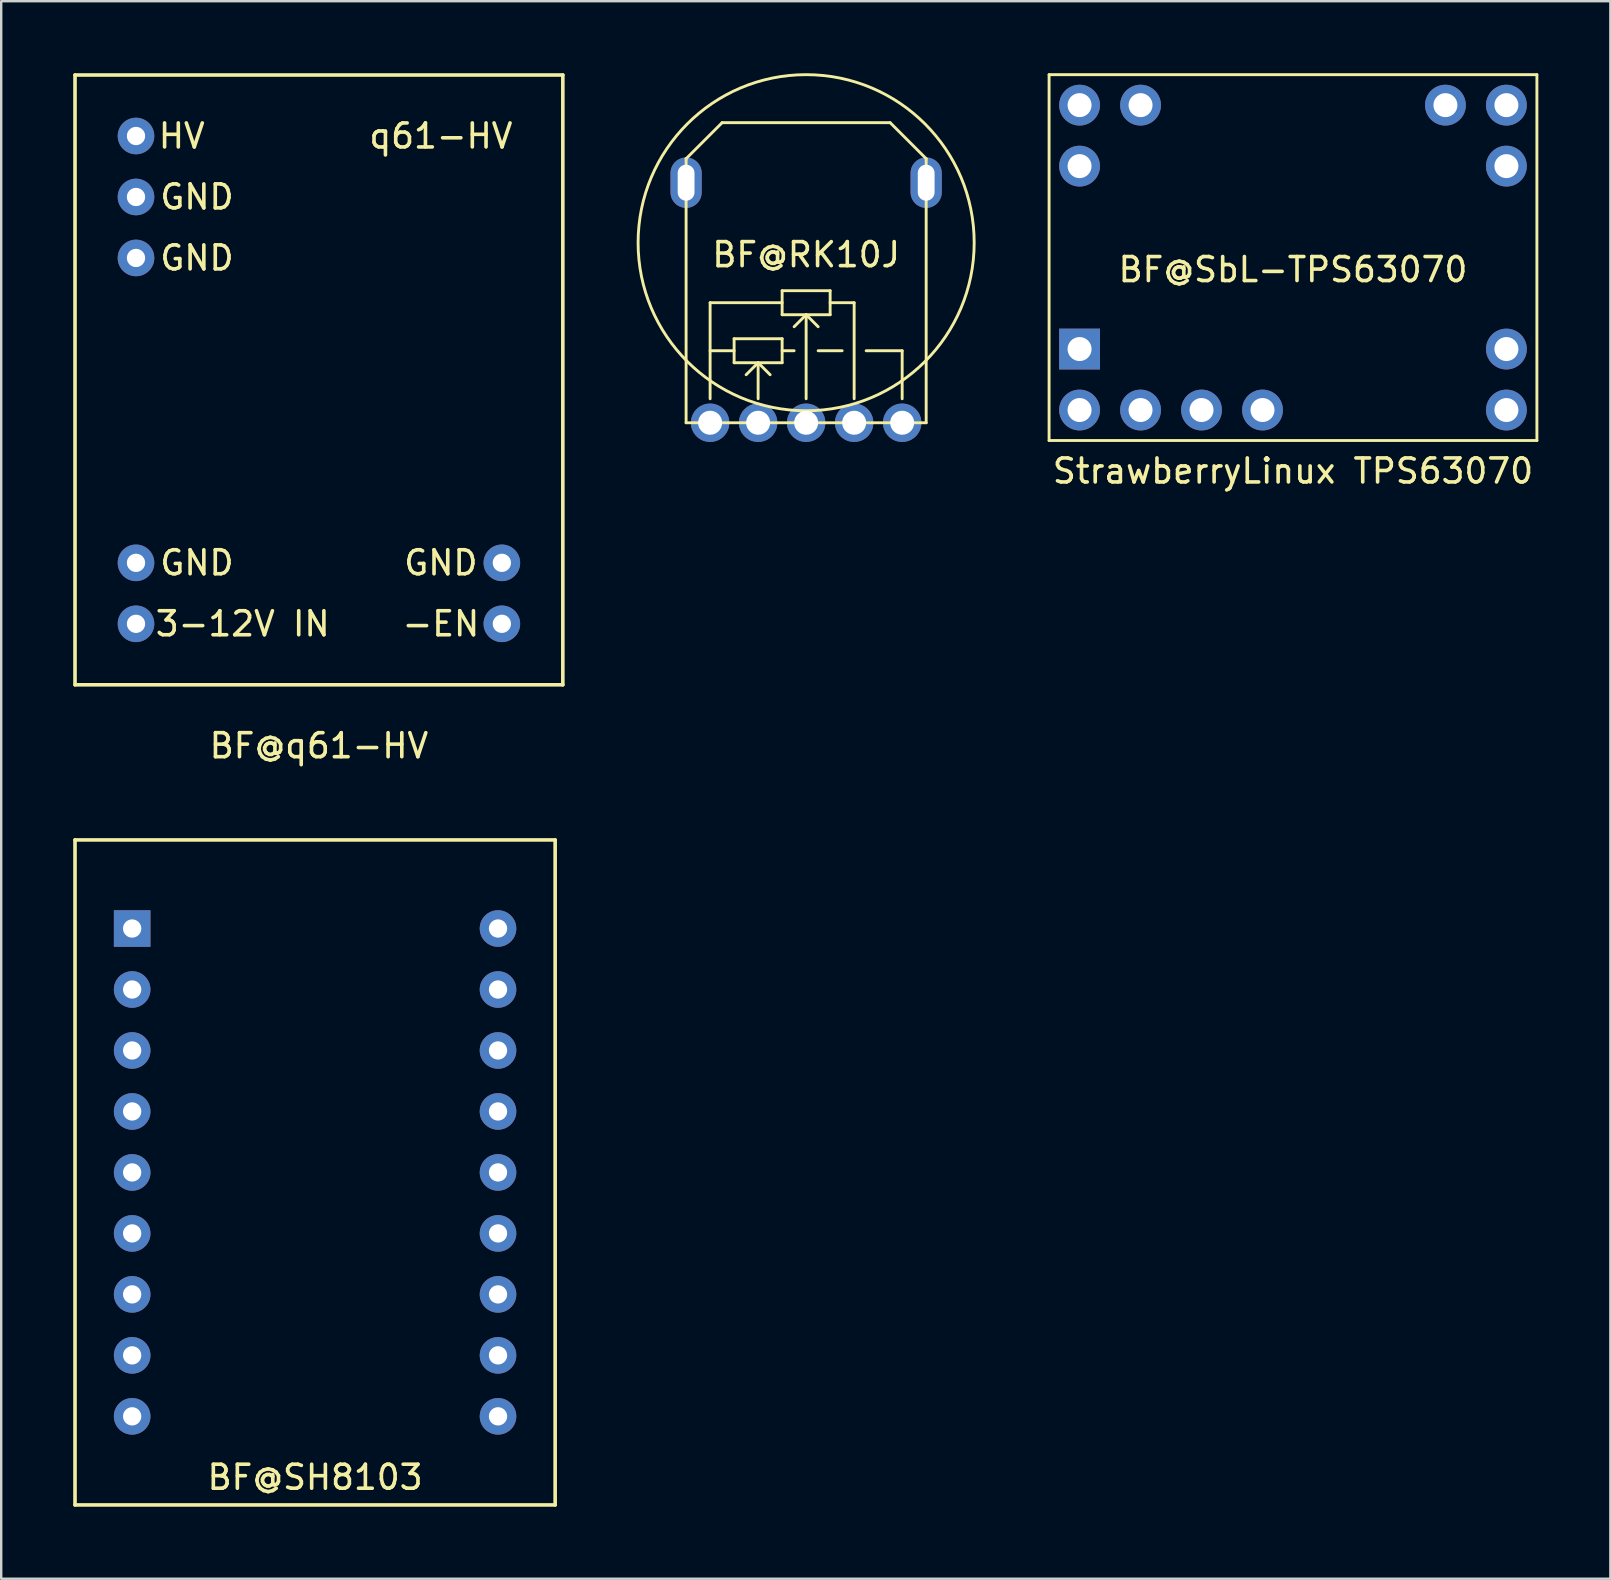
<source format=kicad_pcb>
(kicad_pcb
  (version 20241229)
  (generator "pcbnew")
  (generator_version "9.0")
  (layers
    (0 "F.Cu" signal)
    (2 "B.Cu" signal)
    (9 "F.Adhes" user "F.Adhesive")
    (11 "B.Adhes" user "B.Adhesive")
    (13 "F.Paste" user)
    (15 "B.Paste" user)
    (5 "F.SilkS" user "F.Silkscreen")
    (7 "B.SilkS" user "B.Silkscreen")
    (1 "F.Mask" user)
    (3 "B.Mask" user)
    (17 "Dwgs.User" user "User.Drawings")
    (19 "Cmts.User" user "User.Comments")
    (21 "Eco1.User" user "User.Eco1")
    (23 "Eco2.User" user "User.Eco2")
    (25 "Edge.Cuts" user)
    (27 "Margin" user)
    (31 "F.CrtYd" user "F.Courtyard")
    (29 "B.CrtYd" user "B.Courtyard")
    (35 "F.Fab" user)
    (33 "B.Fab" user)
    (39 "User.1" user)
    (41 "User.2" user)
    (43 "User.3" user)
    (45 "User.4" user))
  (footprint "BF@RK10J"
    (layer "F.Cu")
    (at 30.53 7.06)
    (property "Reference" "BF@RK10J" (at 0 0.5 0) (layer "F.SilkS") (effects (font (size 1 1) (thickness 0.15))))
    (attr through_hole)
    (fp_line (start -5 -3.5) (end -3.5 -5) (stroke (width 0.12) (type solid)) (layer "F.SilkS"))
    (fp_line (start -5 7.5) (end -5 -3.5) (stroke (width 0.12) (type solid)) (layer "F.SilkS"))
    (fp_line (start -4 2.5) (end -4 6.5) (stroke (width 0.12) (type solid)) (layer "F.SilkS"))
    (fp_line (start -3.5 -5) (end 3.5 -5) (stroke (width 0.12) (type solid)) (layer "F.SilkS"))
    (fp_line (start -3 4) (end -1 4) (stroke (width 0.12) (type solid)) (layer "F.SilkS"))
    (fp_line (start -3 4.5) (end -4 4.5) (stroke (width 0.12) (type solid)) (layer "F.SilkS"))
    (fp_line (start -3 5) (end -3 4) (stroke (width 0.12) (type solid)) (layer "F.SilkS"))
    (fp_line (start -2 5) (end -2.5 5.5) (stroke (width 0.12) (type solid)) (layer "F.SilkS"))
    (fp_line (start -2 5) (end -2 6.5) (stroke (width 0.12) (type solid)) (layer "F.SilkS"))
    (fp_line (start -2 5) (end -1.5 5.5) (stroke (width 0.12) (type solid)) (layer "F.SilkS"))
    (fp_line (start -1 2) (end -1 3) (stroke (width 0.12) (type solid)) (layer "F.SilkS"))
    (fp_line (start -1 2) (end 1 2) (stroke (width 0.12) (type solid)) (layer "F.SilkS"))
    (fp_line (start -1 2.5) (end -4 2.5) (stroke (width 0.12) (type solid)) (layer "F.SilkS"))
    (fp_line (start -1 4) (end -1 5) (stroke (width 0.12) (type solid)) (layer "F.SilkS"))
    (fp_line (start -1 4.5) (end -0.5 4.5) (stroke (width 0.12) (type solid)) (layer "F.SilkS"))
    (fp_line (start -1 5) (end -3 5) (stroke (width 0.12) (type solid)) (layer "F.SilkS"))
    (fp_line (start 0 3) (end -0.5 3.5) (stroke (width 0.12) (type solid)) (layer "F.SilkS"))
    (fp_line (start 0 3) (end 0 6.5) (stroke (width 0.12) (type solid)) (layer "F.SilkS"))
    (fp_line (start 0 3) (end 0.5 3.5) (stroke (width 0.12) (type solid)) (layer "F.SilkS"))
    (fp_line (start 0.5 4.5) (end 1.5 4.5) (stroke (width 0.12) (type solid)) (layer "F.SilkS"))
    (fp_line (start 1 2) (end 1 3) (stroke (width 0.12) (type solid)) (layer "F.SilkS"))
    (fp_line (start 1 2.5) (end 2 2.5) (stroke (width 0.12) (type solid)) (layer "F.SilkS"))
    (fp_line (start 1 3) (end -1 3) (stroke (width 0.12) (type solid)) (layer "F.SilkS"))
    (fp_line (start 2 2.5) (end 2 6.5) (stroke (width 0.12) (type solid)) (layer "F.SilkS"))
    (fp_line (start 2.5 4.5) (end 4 4.5) (stroke (width 0.12) (type solid)) (layer "F.SilkS"))
    (fp_line (start 4 4.5) (end 4 6.5) (stroke (width 0.12) (type solid)) (layer "F.SilkS"))
    (fp_line (start 5 -3.5) (end 3.5 -5) (stroke (width 0.12) (type solid)) (layer "F.SilkS"))
    (fp_line (start 5 -3.5) (end 5 7.5) (stroke (width 0.12) (type solid)) (layer "F.SilkS"))
    (fp_line (start 5 7.5) (end -5 7.5) (stroke (width 0.12) (type solid)) (layer "F.SilkS"))
    (fp_circle (center 0 0) (end 0 -7) (stroke (width 0.12) (type solid)) (fill no) (layer "F.SilkS"))
    (pad "1" thru_hole circle (at -4 7.5) (size 1.6 1.6) (drill 1) (layers "*.Cu" "*.Mask"))
    (pad "2" thru_hole circle (at -2 7.5) (size 1.6 1.6) (drill 1) (layers "*.Cu" "*.Mask"))
    (pad "3" thru_hole circle (at 0 7.5) (size 1.6 1.6) (drill 1) (layers "*.Cu" "*.Mask"))
    (pad "4" thru_hole circle (at 2 7.5) (size 1.6 1.6) (drill 1) (layers "*.Cu" "*.Mask"))
    (pad "5" thru_hole circle (at 4 7.5) (size 1.6 1.6) (drill 1) (layers "*.Cu" "*.Mask"))
    (pad "6" thru_hole oval (at -5 -2.5) (size 1.3 2.1) (drill oval 0.7 1.5) (layers "*.Cu" "*.Mask"))
    (pad "6" thru_hole oval (at 5 -2.5) (size 1.3 2.1) (drill oval 0.7 1.5) (layers "*.Cu" "*.Mask")))
  (footprint "BF@q61-HV"
    (layer "F.Cu")
    (at 10.235 12.775)
    (property "Reference" "BF@q61-HV" (at 0 15.24 0) (layer "F.SilkS") (effects (font (size 1 1) (thickness 0.15))))
    (attr through_hole)
    (fp_line (start -10.16 -12.7) (end 10.16 -12.7) (stroke (width 0.15) (type solid)) (layer "F.SilkS"))
    (fp_line (start -10.16 12.7) (end -10.16 -12.7) (stroke (width 0.15) (type solid)) (layer "F.SilkS"))
    (fp_line (start 10.16 -12.7) (end 10.16 12.7) (stroke (width 0.15) (type solid)) (layer "F.SilkS"))
    (fp_line (start 10.16 12.7) (end -10.16 12.7) (stroke (width 0.15) (type solid)) (layer "F.SilkS"))
    (fp_text user "GND" (at -5.08 7.62 0) (layer "F.SilkS") (effects (font (size 1 1) (thickness 0.15))))
    (fp_text user "GND" (at -5.08 -5.08 0) (layer "F.SilkS") (effects (font (size 1 1) (thickness 0.15))))
    (fp_text user "GND" (at 5.08 7.62 0) (layer "F.SilkS") (effects (font (size 1 1) (thickness 0.15))))
    (fp_text user "HV" (at -5.715 -10.16 0) (layer "F.SilkS") (effects (font (size 1 1) (thickness 0.15))))
    (fp_text user "GND" (at -5.08 -7.62 0) (layer "F.SilkS") (effects (font (size 1 1) (thickness 0.15))))
    (fp_text user "3-12V IN" (at -3.175 10.16 0) (layer "F.SilkS") (effects (font (size 1 1) (thickness 0.15))))
    (fp_text user "q61-HV" (at 5.08 -10.16 0) (layer "F.SilkS") (effects (font (size 1 1) (thickness 0.15))))
    (fp_text user "-EN" (at 5.08 10.16 0) (layer "F.SilkS") (effects (font (size 1 1) (thickness 0.15))))
    (pad "1" thru_hole circle (at -7.62 -10.16) (size 1.524 1.524) (drill 0.762) (layers "*.Cu" "*.Mask"))
    (pad "2" thru_hole circle (at -7.62 -7.62) (size 1.524 1.524) (drill 0.762) (layers "*.Cu" "*.Mask"))
    (pad "3" thru_hole circle (at -7.62 -5.08) (size 1.524 1.524) (drill 0.762) (layers "*.Cu" "*.Mask"))
    (pad "4" thru_hole circle (at -7.62 7.62) (size 1.524 1.524) (drill 0.762) (layers "*.Cu" "*.Mask"))
    (pad "5" thru_hole circle (at -7.62 10.16) (size 1.524 1.524) (drill 0.762) (layers "*.Cu" "*.Mask"))
    (pad "6" thru_hole circle (at 7.62 10.16) (size 1.524 1.524) (drill 0.762) (layers "*.Cu" "*.Mask"))
    (pad "7" thru_hole circle (at 7.62 7.62) (size 1.524 1.524) (drill 0.762) (layers "*.Cu" "*.Mask")))
  (footprint "BF@SbL-TPS63070"
    (layer "F.Cu")
    (at 50.81 7.68)
    (property "Reference" "BF@SbL-TPS63070" (at 0 0.5 0) (layer "F.SilkS") (effects (font (size 1 1) (thickness 0.15))))
    (attr through_hole)
    (fp_line (start -10.16 -7.62) (end 10.16 -7.62) (stroke (width 0.12) (type solid)) (layer "F.SilkS"))
    (fp_line (start -10.16 7.62) (end -10.16 -7.62) (stroke (width 0.12) (type solid)) (layer "F.SilkS"))
    (fp_line (start 10.16 -7.62) (end 10.16 7.62) (stroke (width 0.12) (type solid)) (layer "F.SilkS"))
    (fp_line (start 10.16 7.62) (end -10.16 7.62) (stroke (width 0.12) (type solid)) (layer "F.SilkS"))
    (fp_text user "StrawberryLinux TPS63070" (at 0 8.89 0) (layer "F.SilkS") (effects (font (size 1 1) (thickness 0.15))))
    (pad "1" thru_hole rect (at -8.89 3.81) (size 1.7 1.7) (drill 1) (layers "*.Cu" "*.Mask"))
    (pad "2" thru_hole circle (at -8.89 6.35) (size 1.7 1.7) (drill 1) (layers "*.Cu" "*.Mask"))
    (pad "3" thru_hole circle (at -6.35 6.35) (size 1.7 1.7) (drill 1) (layers "*.Cu" "*.Mask"))
    (pad "4" thru_hole circle (at -3.81 6.35) (size 1.7 1.7) (drill 1) (layers "*.Cu" "*.Mask"))
    (pad "5" thru_hole circle (at -1.27 6.35) (size 1.7 1.7) (drill 1) (layers "*.Cu" "*.Mask"))
    (pad "6" thru_hole circle (at 8.89 6.35) (size 1.7 1.7) (drill 1) (layers "*.Cu" "*.Mask"))
    (pad "7" thru_hole circle (at 8.89 3.81) (size 1.7 1.7) (drill 1) (layers "*.Cu" "*.Mask"))
    (pad "8" thru_hole circle (at 8.89 -3.81) (size 1.7 1.7) (drill 1) (layers "*.Cu" "*.Mask"))
    (pad "9" thru_hole circle (at 8.89 -6.35) (size 1.7 1.7) (drill 1) (layers "*.Cu" "*.Mask"))
    (pad "10" thru_hole circle (at 6.35 -6.35) (size 1.7 1.7) (drill 1) (layers "*.Cu" "*.Mask"))
    (pad "11" thru_hole circle (at -6.35 -6.35) (size 1.7 1.7) (drill 1) (layers "*.Cu" "*.Mask"))
    (pad "12" thru_hole circle (at -8.89 -6.35) (size 1.7 1.7) (drill 1) (layers "*.Cu" "*.Mask"))
    (pad "13" thru_hole circle (at -8.89 -3.81) (size 1.7 1.7) (drill 1) (layers "*.Cu" "*.Mask")))
  (footprint "BF@SH8103"
    (layer "F.Cu")
    (at 10.075 45.788)
    (property "Reference" "BF@SH8103" (at 0 12.7 0) (layer "F.SilkS") (effects (font (size 1 1) (thickness 0.15))))
    (attr through_hole)
    (fp_line (start -10 -13.85) (end 10 -13.85) (stroke (width 0.15) (type solid)) (layer "F.SilkS"))
    (fp_line (start -10 13.85) (end -10 -13.85) (stroke (width 0.15) (type solid)) (layer "F.SilkS"))
    (fp_line (start 10 -13.85) (end 10 13.85) (stroke (width 0.15) (type solid)) (layer "F.SilkS"))
    (fp_line (start 10 13.85) (end -10 13.85) (stroke (width 0.15) (type solid)) (layer "F.SilkS"))
    (pad "1" thru_hole rect (at -7.62 -10.16) (size 1.524 1.524) (drill 0.762) (layers "*.Cu" "*.Mask"))
    (pad "2" thru_hole circle (at -7.62 -7.62) (size 1.524 1.524) (drill 0.762) (layers "*.Cu" "*.Mask"))
    (pad "3" thru_hole circle (at -7.62 -5.08) (size 1.524 1.524) (drill 0.762) (layers "*.Cu" "*.Mask"))
    (pad "4" thru_hole circle (at -7.62 -2.54) (size 1.524 1.524) (drill 0.762) (layers "*.Cu" "*.Mask"))
    (pad "5" thru_hole circle (at -7.62 0) (size 1.524 1.524) (drill 0.762) (layers "*.Cu" "*.Mask"))
    (pad "6" thru_hole circle (at -7.62 2.54) (size 1.524 1.524) (drill 0.762) (layers "*.Cu" "*.Mask"))
    (pad "7" thru_hole circle (at -7.62 5.08) (size 1.524 1.524) (drill 0.762) (layers "*.Cu" "*.Mask"))
    (pad "8" thru_hole circle (at -7.62 7.62) (size 1.524 1.524) (drill 0.762) (layers "*.Cu" "*.Mask"))
    (pad "9" thru_hole circle (at -7.62 10.16) (size 1.524 1.524) (drill 0.762) (layers "*.Cu" "*.Mask"))
    (pad "10" thru_hole circle (at 7.62 10.16) (size 1.524 1.524) (drill 0.762) (layers "*.Cu" "*.Mask"))
    (pad "11" thru_hole circle (at 7.62 7.62) (size 1.524 1.524) (drill 0.762) (layers "*.Cu" "*.Mask"))
    (pad "12" thru_hole circle (at 7.62 5.08) (size 1.524 1.524) (drill 0.762) (layers "*.Cu" "*.Mask"))
    (pad "13" thru_hole circle (at 7.62 2.54) (size 1.524 1.524) (drill 0.762) (layers "*.Cu" "*.Mask"))
    (pad "14" thru_hole circle (at 7.62 0) (size 1.524 1.524) (drill 0.762) (layers "*.Cu" "*.Mask"))
    (pad "15" thru_hole circle (at 7.62 -2.54) (size 1.524 1.524) (drill 0.762) (layers "*.Cu" "*.Mask"))
    (pad "16" thru_hole circle (at 7.62 -5.08) (size 1.524 1.524) (drill 0.762) (layers "*.Cu" "*.Mask"))
    (pad "17" thru_hole circle (at 7.62 -7.62) (size 1.524 1.524) (drill 0.762) (layers "*.Cu" "*.Mask"))
    (pad "18" thru_hole circle (at 7.62 -10.16) (size 1.524 1.524) (drill 0.762) (layers "*.Cu" "*.Mask")))
  (gr_rect
    (start -3 -3)
    (end 64.03 62.713)
    (stroke (width 0.1) (type default))
    (fill no)
    (layer "Edge.Cuts")))
</source>
